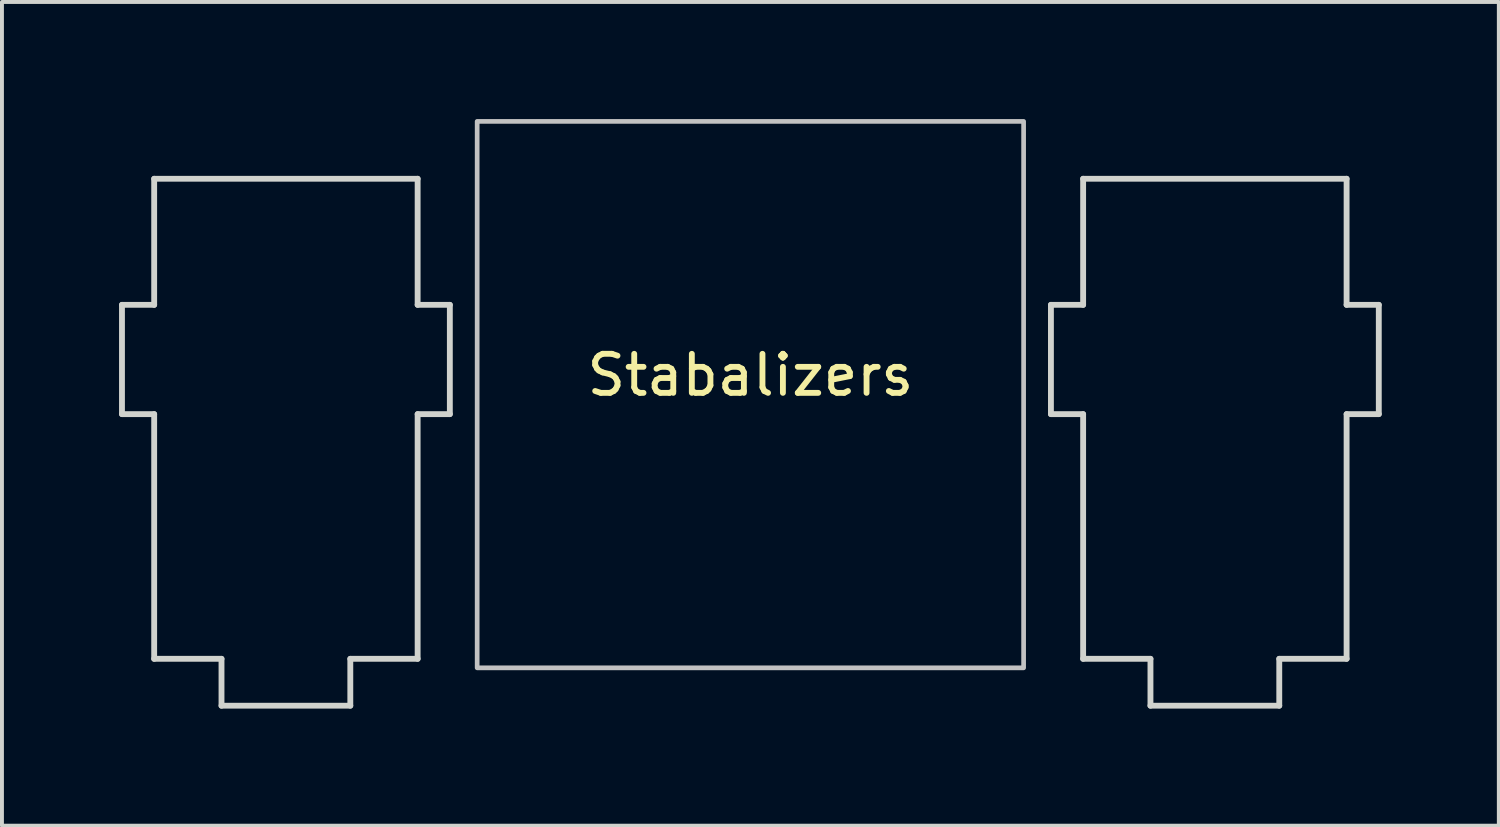
<source format=kicad_pcb>
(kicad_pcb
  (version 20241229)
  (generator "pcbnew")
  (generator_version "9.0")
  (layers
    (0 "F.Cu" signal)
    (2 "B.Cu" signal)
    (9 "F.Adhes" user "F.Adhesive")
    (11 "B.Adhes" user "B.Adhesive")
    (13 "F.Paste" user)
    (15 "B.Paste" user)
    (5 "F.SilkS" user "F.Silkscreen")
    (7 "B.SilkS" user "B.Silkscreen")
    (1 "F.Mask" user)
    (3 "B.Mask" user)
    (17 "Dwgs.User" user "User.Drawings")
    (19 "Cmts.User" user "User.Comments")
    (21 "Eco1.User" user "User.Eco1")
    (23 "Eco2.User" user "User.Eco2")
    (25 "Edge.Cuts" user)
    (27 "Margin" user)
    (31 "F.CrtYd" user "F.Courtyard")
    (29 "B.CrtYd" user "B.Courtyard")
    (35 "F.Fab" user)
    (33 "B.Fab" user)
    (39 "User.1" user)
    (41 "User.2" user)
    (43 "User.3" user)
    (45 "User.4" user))
  (footprint "Stabalizers"
    (layer "F.Cu")
    (at 16.175 7.06)
    (property "Reference" "Stabalizers" (at 0 -0.5 0) (unlocked yes) (layer "F.SilkS") (effects (font (size 1 1) (thickness 0.15))))
    (attr through_hole)
    (fp_rect (start -7 -7) (end 7 7) (stroke (width 0.12) (type default)) (fill no) (layer "Dwgs.User"))
    (fp_line (start -16.1 -2.3) (end -16.1 0.5) (stroke (width 0.15) (type solid)) (layer "Edge.Cuts"))
    (fp_line (start -16.1 0.5) (end -15.275 0.5) (stroke (width 0.15) (type solid)) (layer "Edge.Cuts"))
    (fp_line (start -15.275 -5.53) (end -15.275 -2.3) (stroke (width 0.15) (type solid)) (layer "Edge.Cuts"))
    (fp_line (start -15.275 -2.3) (end -16.1 -2.3) (stroke (width 0.15) (type solid)) (layer "Edge.Cuts"))
    (fp_line (start -15.275 0.5) (end -15.275 6.769) (stroke (width 0.15) (type solid)) (layer "Edge.Cuts"))
    (fp_line (start -15.275 6.769) (end -13.55 6.769) (stroke (width 0.15) (type solid)) (layer "Edge.Cuts"))
    (fp_line (start -13.55 6.769) (end -13.55 7.97) (stroke (width 0.15) (type solid)) (layer "Edge.Cuts"))
    (fp_line (start -13.55 7.97) (end -10.25 7.97) (stroke (width 0.15) (type solid)) (layer "Edge.Cuts"))
    (fp_line (start -10.25 6.769) (end -8.525 6.769) (stroke (width 0.15) (type solid)) (layer "Edge.Cuts"))
    (fp_line (start -10.25 7.97) (end -10.25 6.769) (stroke (width 0.15) (type solid)) (layer "Edge.Cuts"))
    (fp_line (start -8.525 -5.53) (end -15.275 -5.53) (stroke (width 0.15) (type solid)) (layer "Edge.Cuts"))
    (fp_line (start -8.525 -2.3) (end -8.525 -5.53) (stroke (width 0.15) (type solid)) (layer "Edge.Cuts"))
    (fp_line (start -8.525 0.5) (end -7.7 0.5) (stroke (width 0.15) (type solid)) (layer "Edge.Cuts"))
    (fp_line (start -8.525 6.769) (end -8.525 0.5) (stroke (width 0.15) (type solid)) (layer "Edge.Cuts"))
    (fp_line (start -7.7 -2.3) (end -8.525 -2.3) (stroke (width 0.15) (type solid)) (layer "Edge.Cuts"))
    (fp_line (start -7.7 0.5) (end -7.7 -2.3) (stroke (width 0.15) (type solid)) (layer "Edge.Cuts"))
    (fp_line (start 7.7 -2.3) (end 7.7 0.5) (stroke (width 0.15) (type solid)) (layer "Edge.Cuts"))
    (fp_line (start 7.7 0.5) (end 8.525 0.5) (stroke (width 0.15) (type solid)) (layer "Edge.Cuts"))
    (fp_line (start 8.525 -5.53) (end 8.525 -2.3) (stroke (width 0.15) (type solid)) (layer "Edge.Cuts"))
    (fp_line (start 8.525 -2.3) (end 7.7 -2.3) (stroke (width 0.15) (type solid)) (layer "Edge.Cuts"))
    (fp_line (start 8.525 0.5) (end 8.525 6.769) (stroke (width 0.15) (type solid)) (layer "Edge.Cuts"))
    (fp_line (start 8.525 6.769) (end 10.25 6.769) (stroke (width 0.15) (type solid)) (layer "Edge.Cuts"))
    (fp_line (start 10.25 6.769) (end 10.25 7.97) (stroke (width 0.15) (type solid)) (layer "Edge.Cuts"))
    (fp_line (start 10.25 7.97) (end 13.55 7.97) (stroke (width 0.15) (type solid)) (layer "Edge.Cuts"))
    (fp_line (start 13.55 6.769) (end 15.275 6.769) (stroke (width 0.15) (type solid)) (layer "Edge.Cuts"))
    (fp_line (start 13.55 7.97) (end 13.55 6.769) (stroke (width 0.15) (type solid)) (layer "Edge.Cuts"))
    (fp_line (start 15.275 -5.53) (end 8.525 -5.53) (stroke (width 0.15) (type solid)) (layer "Edge.Cuts"))
    (fp_line (start 15.275 -2.3) (end 15.275 -5.53) (stroke (width 0.15) (type solid)) (layer "Edge.Cuts"))
    (fp_line (start 15.275 0.5) (end 16.1 0.5) (stroke (width 0.15) (type solid)) (layer "Edge.Cuts"))
    (fp_line (start 15.275 6.769) (end 15.275 0.5) (stroke (width 0.15) (type solid)) (layer "Edge.Cuts"))
    (fp_line (start 16.1 -2.3) (end 15.275 -2.3) (stroke (width 0.15) (type solid)) (layer "Edge.Cuts"))
    (fp_line (start 16.1 0.5) (end 16.1 -2.3) (stroke (width 0.15) (type solid)) (layer "Edge.Cuts")))
  (gr_rect
    (start -3 -3)
    (end 35.35 18.105)
    (stroke (width 0.1) (type default))
    (fill no)
    (layer "Edge.Cuts")))
</source>
